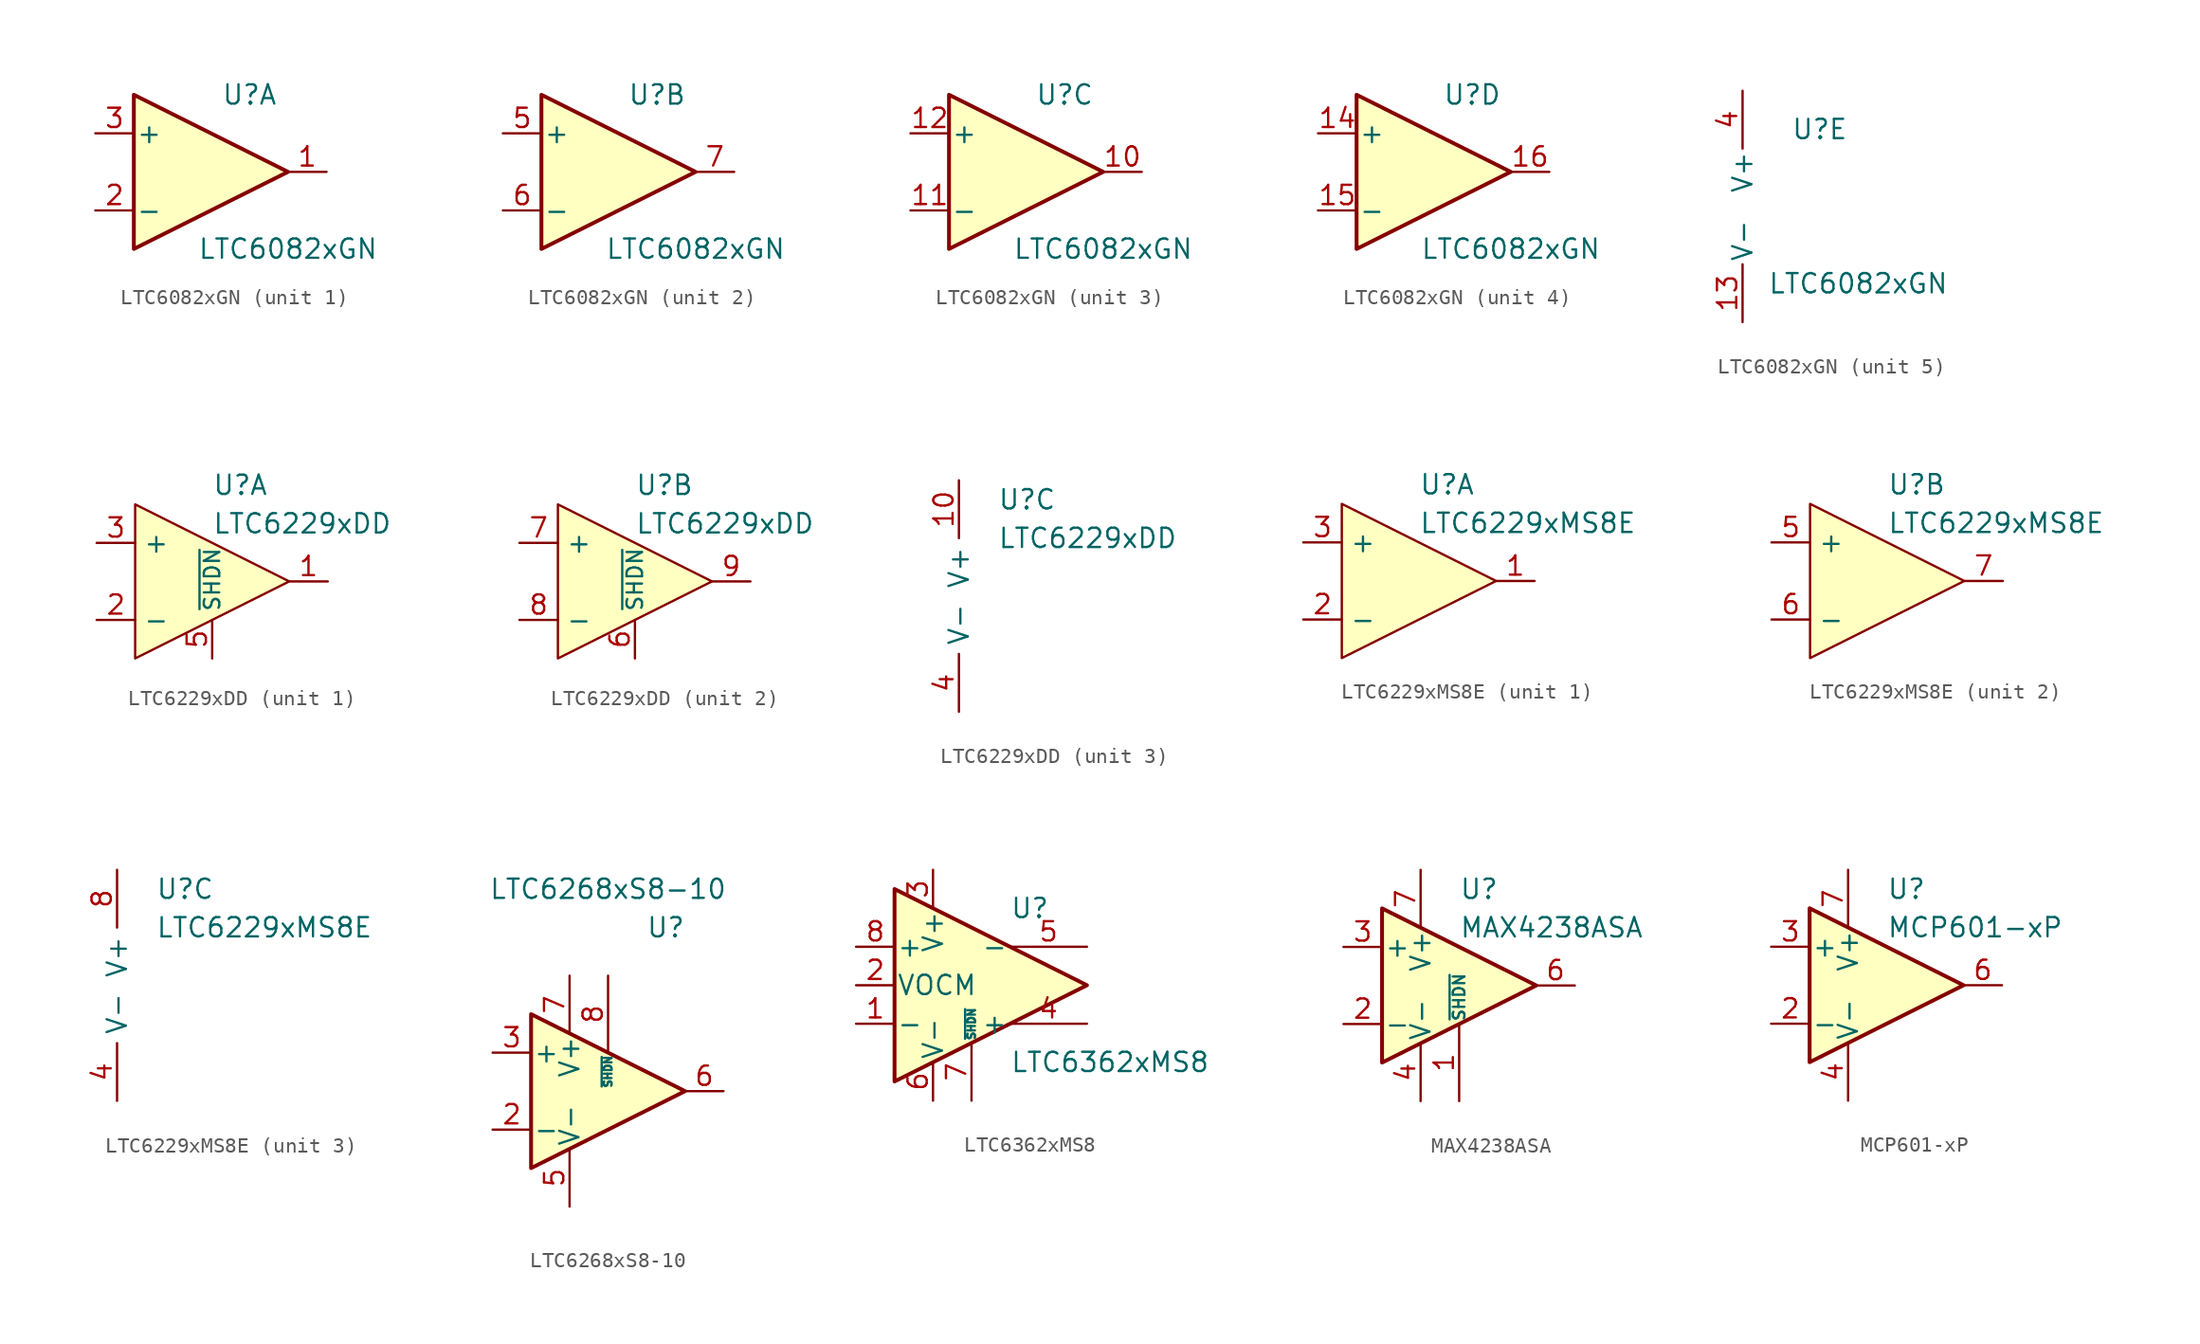
<source format=kicad_sym>
(kicad_symbol_lib
  (version 20231120)
  (generator "kicad_symbol_editor")
  (generator_version "8.0")
  (symbol "LTC6082xGN"
    (pin_names
      (offset 0.127))
    (property "Reference" "U"
      (at 2.54 5.08 0)
      (effects (font (size 1.27 1.27))))
    (property "Value" "LTC6082xGN"
      (at 5.08 -5.08 0)
      (effects (font (size 1.27 1.27))))
    (property "ki_locked" ""
      (at 0 0 0)
      (effects (font (size 1.27 1.27))))
    (symbol "LTC6082xGN_1_1"
      (polyline (pts (xy -5.08 5.08) (xy 5.08 0) (xy -5.08 -5.08) (xy -5.08 5.08)) (stroke (width 0.254) (type default)) (fill (type background)))
      (pin output line (at 7.62 0 180) (length 2.54) (name "~" (effects (font (size 1.27 1.27)))) (number "1" (effects (font (size 1.27 1.27)))))
      (pin input line (at -7.62 -2.54 0) (length 2.54) (name "-" (effects (font (size 1.27 1.27)))) (number "2" (effects (font (size 1.27 1.27)))))
      (pin input line (at -7.62 2.54 0) (length 2.54) (name "+" (effects (font (size 1.27 1.27)))) (number "3" (effects (font (size 1.27 1.27)))))
      (pin no_connect line (at -2.54 -2.54 90) (length 2.54) hide (name "NC" (effects (font (size 1.27 1.27)))) (number "8" (effects (font (size 1.27 1.27)))))
      (pin no_connect line (at 0 -2.54 90) (length 2.54) hide (name "NC" (effects (font (size 1.27 1.27)))) (number "9" (effects (font (size 1.27 1.27))))))
    (symbol "LTC6082xGN_2_1"
      (polyline (pts (xy -5.08 5.08) (xy 5.08 0) (xy -5.08 -5.08) (xy -5.08 5.08)) (stroke (width 0.254) (type default)) (fill (type background)))
      (pin input line (at -7.62 2.54 0) (length 2.54) (name "+" (effects (font (size 1.27 1.27)))) (number "5" (effects (font (size 1.27 1.27)))))
      (pin input line (at -7.62 -2.54 0) (length 2.54) (name "-" (effects (font (size 1.27 1.27)))) (number "6" (effects (font (size 1.27 1.27)))))
      (pin output line (at 7.62 0 180) (length 2.54) (name "~" (effects (font (size 1.27 1.27)))) (number "7" (effects (font (size 1.27 1.27))))))
    (symbol "LTC6082xGN_3_1"
      (polyline (pts (xy -5.08 5.08) (xy 5.08 0) (xy -5.08 -5.08) (xy -5.08 5.08)) (stroke (width 0.254) (type default)) (fill (type background)))
      (pin output line (at 7.62 0 180) (length 2.54) (name "~" (effects (font (size 1.27 1.27)))) (number "10" (effects (font (size 1.27 1.27)))))
      (pin input line (at -7.62 -2.54 0) (length 2.54) (name "-" (effects (font (size 1.27 1.27)))) (number "11" (effects (font (size 1.27 1.27)))))
      (pin input line (at -7.62 2.54 0) (length 2.54) (name "+" (effects (font (size 1.27 1.27)))) (number "12" (effects (font (size 1.27 1.27))))))
    (symbol "LTC6082xGN_4_1"
      (polyline (pts (xy -5.08 5.08) (xy 5.08 0) (xy -5.08 -5.08) (xy -5.08 5.08)) (stroke (width 0.254) (type default)) (fill (type background)))
      (pin input line (at -7.62 2.54 0) (length 2.54) (name "+" (effects (font (size 1.27 1.27)))) (number "14" (effects (font (size 1.27 1.27)))))
      (pin input line (at -7.62 -2.54 0) (length 2.54) (name "-" (effects (font (size 1.27 1.27)))) (number "15" (effects (font (size 1.27 1.27)))))
      (pin output line (at 7.62 0 180) (length 2.54) (name "~" (effects (font (size 1.27 1.27)))) (number "16" (effects (font (size 1.27 1.27))))))
    (symbol "LTC6082xGN_5_1"
      (pin power_in line (at -2.54 -7.62 90) (length 3.81) (name "V-" (effects (font (size 1.27 1.27)))) (number "13" (effects (font (size 1.27 1.27)))))
      (pin power_in line (at -2.54 7.62 270) (length 3.81) (name "V+" (effects (font (size 1.27 1.27)))) (number "4" (effects (font (size 1.27 1.27)))))))
  (symbol "LTC6229xDD"
    (property "Reference" "U"
      (at 0 6.35 0)
      (effects (font (size 1.27 1.27)) (justify left)))
    (property "Value" "LTC6229xDD"
      (at 0 3.81 0)
      (effects (font (size 1.27 1.27)) (justify left)))
    (symbol "LTC6229xDD_1_1"
      (polyline (pts (xy -5.08 5.08) (xy 5.08 0) (xy -5.08 -5.08) (xy -5.08 5.08)) (stroke (width 0) (type default)) (fill (type background)))
      (pin output line (at 7.62 0 180) (length 2.54) (name "~" (effects (font (size 1.27 1.27)))) (number "1" (effects (font (size 1.27 1.27)))))
      (pin input line (at -7.62 -2.54 0) (length 2.54) (name "-" (effects (font (size 1.27 1.27)))) (number "2" (effects (font (size 1.27 1.27)))))
      (pin input line (at -7.62 2.54 0) (length 2.54) (name "+" (effects (font (size 1.27 1.27)))) (number "3" (effects (font (size 1.27 1.27)))))
      (pin input line (at 0 -5.08 90) (length 2.54) (name "~{SHDN}" (effects (font (size 1.016 1.016)))) (number "5" (effects (font (size 1.27 1.27))))))
    (symbol "LTC6229xDD_2_1"
      (polyline (pts (xy -5.08 5.08) (xy 5.08 0) (xy -5.08 -5.08) (xy -5.08 5.08)) (stroke (width 0) (type default)) (fill (type background)))
      (pin input line (at 0 -5.08 90) (length 2.54) (name "~{SHDN}" (effects (font (size 1.016 1.016)))) (number "6" (effects (font (size 1.27 1.27)))))
      (pin input line (at -7.62 2.54 0) (length 2.54) (name "+" (effects (font (size 1.27 1.27)))) (number "7" (effects (font (size 1.27 1.27)))))
      (pin input line (at -7.62 -2.54 0) (length 2.54) (name "-" (effects (font (size 1.27 1.27)))) (number "8" (effects (font (size 1.27 1.27)))))
      (pin output line (at 7.62 0 180) (length 2.54) (name "~" (effects (font (size 1.27 1.27)))) (number "9" (effects (font (size 1.27 1.27))))))
    (symbol "LTC6229xDD_3_1"
      (pin power_in line (at -2.54 7.62 270) (length 3.81) (name "V+" (effects (font (size 1.27 1.27)))) (number "10" (effects (font (size 1.27 1.27)))))
      (pin passive line (at -2.54 -7.62 90) (length 3.81) hide (name "V-" (effects (font (size 1.27 1.27)))) (number "11" (effects (font (size 1.27 1.27)))))
      (pin power_in line (at -2.54 -7.62 90) (length 3.81) (name "V-" (effects (font (size 1.27 1.27)))) (number "4" (effects (font (size 1.27 1.27)))))))
  (symbol "LTC6229xMS8E"
    (property "Reference" "U"
      (at 0 6.35 0)
      (effects (font (size 1.27 1.27)) (justify left)))
    (property "Value" "LTC6229xMS8E"
      (at 0 3.81 0)
      (effects (font (size 1.27 1.27)) (justify left)))
    (symbol "LTC6229xMS8E_1_1"
      (polyline (pts (xy -5.08 5.08) (xy 5.08 0) (xy -5.08 -5.08) (xy -5.08 5.08)) (stroke (width 0) (type default)) (fill (type background)))
      (pin output line (at 7.62 0 180) (length 2.54) (name "~" (effects (font (size 1.27 1.27)))) (number "1" (effects (font (size 1.27 1.27)))))
      (pin input line (at -7.62 -2.54 0) (length 2.54) (name "-" (effects (font (size 1.27 1.27)))) (number "2" (effects (font (size 1.27 1.27)))))
      (pin input line (at -7.62 2.54 0) (length 2.54) (name "+" (effects (font (size 1.27 1.27)))) (number "3" (effects (font (size 1.27 1.27))))))
    (symbol "LTC6229xMS8E_2_1"
      (polyline (pts (xy -5.08 5.08) (xy 5.08 0) (xy -5.08 -5.08) (xy -5.08 5.08)) (stroke (width 0) (type default)) (fill (type background)))
      (pin input line (at -7.62 2.54 0) (length 2.54) (name "+" (effects (font (size 1.27 1.27)))) (number "5" (effects (font (size 1.27 1.27)))))
      (pin input line (at -7.62 -2.54 0) (length 2.54) (name "-" (effects (font (size 1.27 1.27)))) (number "6" (effects (font (size 1.27 1.27)))))
      (pin output line (at 7.62 0 180) (length 2.54) (name "~" (effects (font (size 1.27 1.27)))) (number "7" (effects (font (size 1.27 1.27))))))
    (symbol "LTC6229xMS8E_3_1"
      (pin power_in line (at -2.54 -7.62 90) (length 3.81) (name "V-" (effects (font (size 1.27 1.27)))) (number "4" (effects (font (size 1.27 1.27)))))
      (pin power_in line (at -2.54 7.62 270) (length 3.81) (name "V+" (effects (font (size 1.27 1.27)))) (number "8" (effects (font (size 1.27 1.27)))))
      (pin passive line (at -2.54 -7.62 90) (length 3.81) hide (name "V-" (effects (font (size 1.27 1.27)))) (number "9" (effects (font (size 1.27 1.27)))))))
  (symbol "LTC6268xS8-10"
    (pin_names
      (offset 0.127))
    (property "Reference" "U"
      (at 3.81 10.795 0)
      (effects (font (size 1.27 1.27))))
    (property "Value" "LTC6268xS8-10"
      (at 0 13.335 0)
      (effects (font (size 1.27 1.27))))
    (symbol "LTC6268xS8-10_1_1"
      (polyline (pts (xy -5.08 5.08) (xy -5.08 -5.08) (xy 5.08 0) (xy -5.08 5.08)) (stroke (width 0.254) (type default)) (fill (type background)))
      (pin no_connect line (at 0 -2.54 90) (length 5.08) hide (name "NC" (effects (font (size 0.508 0.508)))) (number "1" (effects (font (size 1.27 1.27)))))
      (pin input line (at -7.62 -2.54 0) (length 2.54) (name "-" (effects (font (size 1.27 1.27)))) (number "2" (effects (font (size 1.27 1.27)))))
      (pin input line (at -7.62 2.54 0) (length 2.54) (name "+" (effects (font (size 1.27 1.27)))) (number "3" (effects (font (size 1.27 1.27)))))
      (pin no_connect line (at 0 -2.54 90) (length 5.08) hide (name "NC" (effects (font (size 0.508 0.508)))) (number "4" (effects (font (size 1.27 1.27)))))
      (pin power_in line (at -2.54 -7.62 90) (length 3.81) (name "V-" (effects (font (size 1.27 1.27)))) (number "5" (effects (font (size 1.27 1.27)))))
      (pin output line (at 7.62 0 180) (length 2.54) (name "~" (effects (font (size 1.27 1.27)))) (number "6" (effects (font (size 1.27 1.27)))))
      (pin power_in line (at -2.54 7.62 270) (length 3.81) (name "V+" (effects (font (size 1.27 1.27)))) (number "7" (effects (font (size 1.27 1.27)))))
      (pin input line (at 0 7.62 270) (length 5.08) (name "~{SHDN}" (effects (font (size 0.508 0.508)))) (number "8" (effects (font (size 1.27 1.27)))))))
  (symbol "LTC6362xMS8"
    (pin_names
      (offset 0.127))
    (property "Reference" "U"
      (at 2.54 5.08 0)
      (effects (font (size 1.27 1.27)) (justify left)))
    (property "Value" "LTC6362xMS8"
      (at 2.54 -5.08 0)
      (effects (font (size 1.27 1.27)) (justify left)))
    (symbol "LTC6362xMS8_0_1"
      (polyline (pts (xy -5.08 6.35) (xy -5.08 -6.35) (xy 7.62 0) (xy -5.08 6.35)) (stroke (width 0.254) (type default)) (fill (type background))))
    (symbol "LTC6362xMS8_1_1"
      (pin input line (at -7.62 -2.54 0) (length 2.54) (name "-" (effects (font (size 1.27 1.27)))) (number "1" (effects (font (size 1.27 1.27)))))
      (pin input line (at -7.62 0 0) (length 2.54) (name "VOCM" (effects (font (size 1.27 1.27)))) (number "2" (effects (font (size 1.27 1.27)))))
      (pin power_in line (at -2.54 7.62 270) (length 2.54) (name "V+" (effects (font (size 1.27 1.27)))) (number "3" (effects (font (size 1.27 1.27)))))
      (pin output line (at 7.62 -2.54 180) (length 5.08) (name "+" (effects (font (size 1.27 1.27)))) (number "4" (effects (font (size 1.27 1.27)))))
      (pin output line (at 7.62 2.54 180) (length 5.08) (name "-" (effects (font (size 1.27 1.27)))) (number "5" (effects (font (size 1.27 1.27)))))
      (pin power_in line (at -2.54 -7.62 90) (length 2.54) (name "V-" (effects (font (size 1.27 1.27)))) (number "6" (effects (font (size 1.27 1.27)))))
      (pin input line (at 0 -7.62 90) (length 3.81) (name "~{SHDN}" (effects (font (size 0.508 0.508)))) (number "7" (effects (font (size 1.27 1.27)))))
      (pin input line (at -7.62 2.54 0) (length 2.54) (name "+" (effects (font (size 1.27 1.27)))) (number "8" (effects (font (size 1.27 1.27)))))))
  (symbol "MAX4238ASA"
    (pin_names
      (offset 0.127))
    (property "Reference" "U"
      (at 0 6.35 0)
      (effects (font (size 1.27 1.27)) (justify left)))
    (property "Value" "MAX4238ASA"
      (at 0 3.81 0)
      (effects (font (size 1.27 1.27)) (justify left)))
    (symbol "MAX4238ASA_0_1"
      (polyline (pts (xy -5.08 5.08) (xy 5.08 0) (xy -5.08 -5.08) (xy -5.08 5.08)) (stroke (width 0.254) (type default)) (fill (type background))))
    (symbol "MAX4238ASA_1_1"
      (pin input line (at 0 -7.62 90) (length 5.08) (name "~{SHDN}" (effects (font (size 0.762 0.762)))) (number "1" (effects (font (size 1.27 1.27)))))
      (pin input line (at -7.62 -2.54 0) (length 2.54) (name "-" (effects (font (size 1.27 1.27)))) (number "2" (effects (font (size 1.27 1.27)))))
      (pin input line (at -7.62 2.54 0) (length 2.54) (name "+" (effects (font (size 1.27 1.27)))) (number "3" (effects (font (size 1.27 1.27)))))
      (pin power_in line (at -2.54 -7.62 90) (length 3.81) (name "V-" (effects (font (size 1.27 1.27)))) (number "4" (effects (font (size 1.27 1.27)))))
      (pin no_connect line (at 0 -2.54 90) (length 2.54) hide (name "NC" (effects (font (size 1.27 1.27)))) (number "5" (effects (font (size 1.27 1.27)))))
      (pin output line (at 7.62 0 180) (length 2.54) (name "~" (effects (font (size 1.27 1.27)))) (number "6" (effects (font (size 1.27 1.27)))))
      (pin power_in line (at -2.54 7.62 270) (length 3.81) (name "V+" (effects (font (size 1.27 1.27)))) (number "7" (effects (font (size 1.27 1.27)))))
      (pin no_connect line (at 0 2.54 270) (length 2.54) hide (name "NC" (effects (font (size 1.27 1.27)))) (number "8" (effects (font (size 1.27 1.27)))))))
  (symbol "MCP601-xP"
    (pin_names
      (offset 0.127))
    (property "Reference" "U"
      (at 0 6.35 0)
      (effects (font (size 1.27 1.27)) (justify left)))
    (property "Value" "MCP601-xP"
      (at 0 3.81 0)
      (effects (font (size 1.27 1.27)) (justify left)))
    (symbol "MCP601-xP_0_1"
      (polyline (pts (xy -5.08 5.08) (xy 5.08 0) (xy -5.08 -5.08) (xy -5.08 5.08)) (stroke (width 0.254) (type default)) (fill (type background))))
    (symbol "MCP601-xP_1_1"
      (pin no_connect line (at -5.08 -2.54 90) (length 2.54) hide (name "NC" (effects (font (size 1.27 1.27)))) (number "1" (effects (font (size 1.27 1.27)))))
      (pin input line (at -7.62 -2.54 0) (length 2.54) (name "-" (effects (font (size 1.27 1.27)))) (number "2" (effects (font (size 1.27 1.27)))))
      (pin input line (at -7.62 2.54 0) (length 2.54) (name "+" (effects (font (size 1.27 1.27)))) (number "3" (effects (font (size 1.27 1.27)))))
      (pin power_in line (at -2.54 -7.62 90) (length 3.81) (name "V-" (effects (font (size 1.27 1.27)))) (number "4" (effects (font (size 1.27 1.27)))))
      (pin no_connect line (at -2.54 -2.54 90) (length 2.54) hide (name "NC" (effects (font (size 1.27 1.27)))) (number "5" (effects (font (size 1.27 1.27)))))
      (pin output line (at 7.62 0 180) (length 2.54) (name "~" (effects (font (size 1.27 1.27)))) (number "6" (effects (font (size 1.27 1.27)))))
      (pin power_in line (at -2.54 7.62 270) (length 3.81) (name "V+" (effects (font (size 1.27 1.27)))) (number "7" (effects (font (size 1.27 1.27)))))
      (pin no_connect line (at 0 -2.54 90) (length 2.54) hide (name "NC" (effects (font (size 1.27 1.27)))) (number "8" (effects (font (size 1.27 1.27))))))))
</source>
